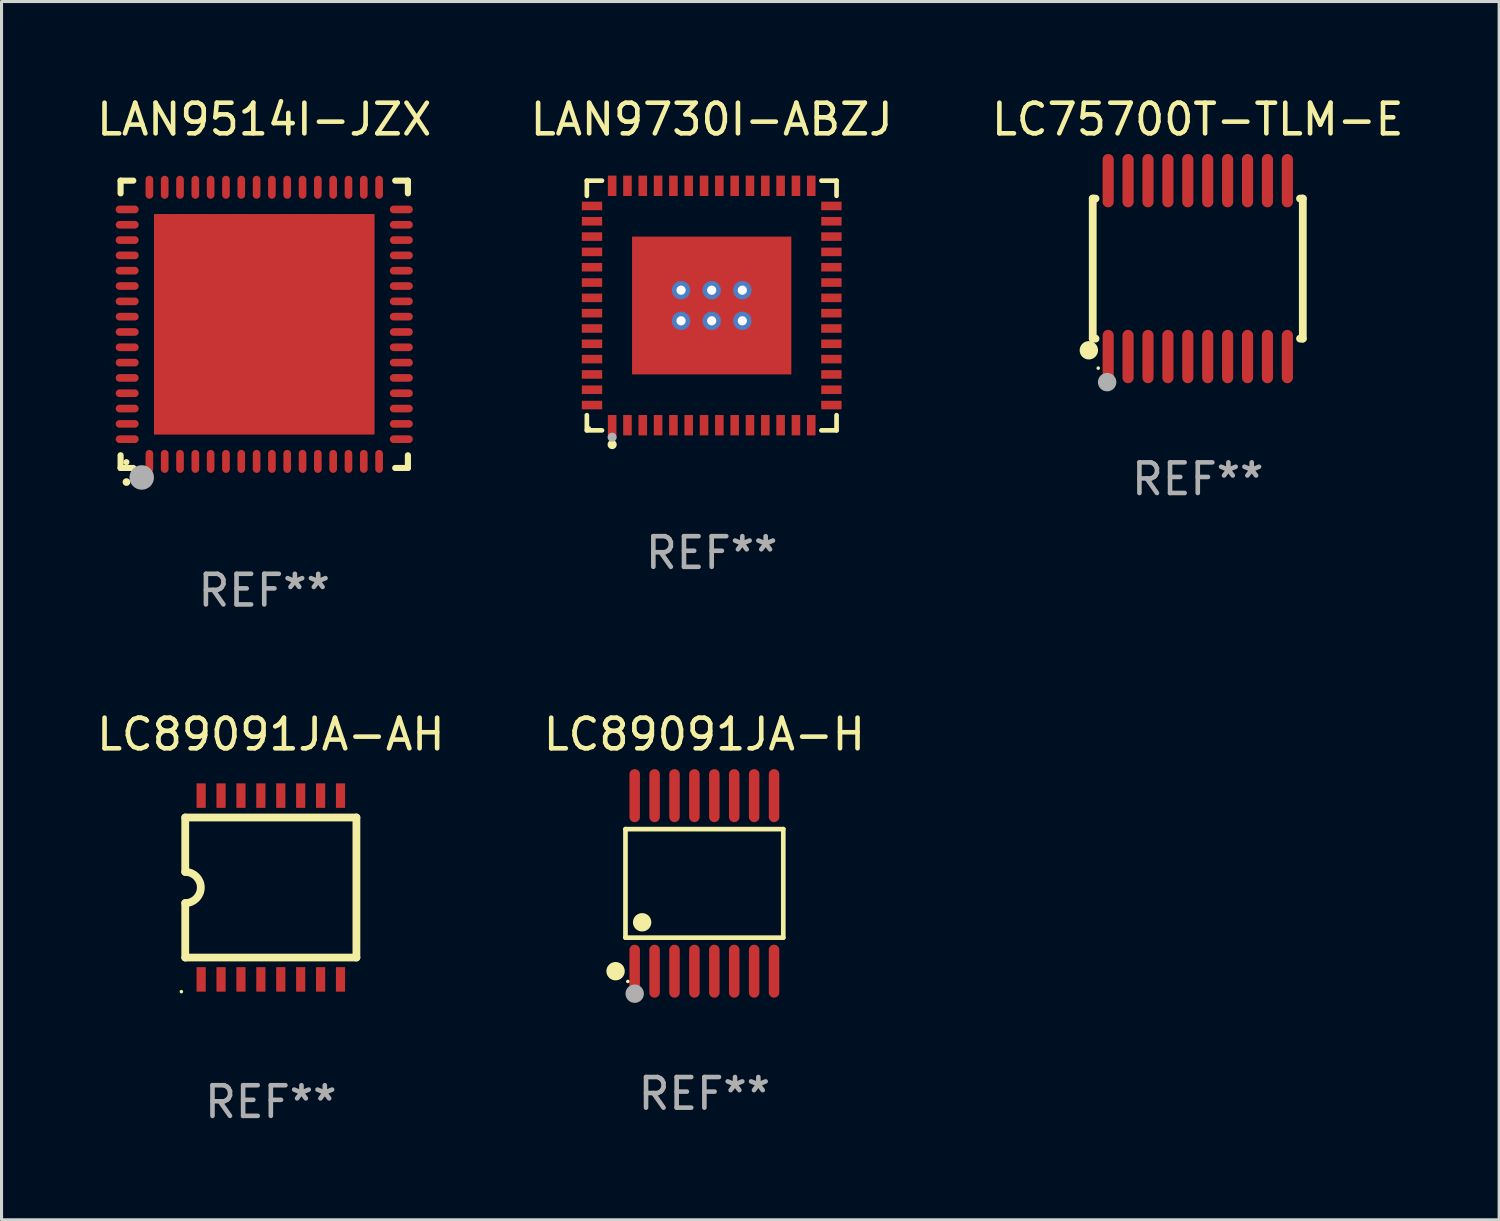
<source format=kicad_pcb>
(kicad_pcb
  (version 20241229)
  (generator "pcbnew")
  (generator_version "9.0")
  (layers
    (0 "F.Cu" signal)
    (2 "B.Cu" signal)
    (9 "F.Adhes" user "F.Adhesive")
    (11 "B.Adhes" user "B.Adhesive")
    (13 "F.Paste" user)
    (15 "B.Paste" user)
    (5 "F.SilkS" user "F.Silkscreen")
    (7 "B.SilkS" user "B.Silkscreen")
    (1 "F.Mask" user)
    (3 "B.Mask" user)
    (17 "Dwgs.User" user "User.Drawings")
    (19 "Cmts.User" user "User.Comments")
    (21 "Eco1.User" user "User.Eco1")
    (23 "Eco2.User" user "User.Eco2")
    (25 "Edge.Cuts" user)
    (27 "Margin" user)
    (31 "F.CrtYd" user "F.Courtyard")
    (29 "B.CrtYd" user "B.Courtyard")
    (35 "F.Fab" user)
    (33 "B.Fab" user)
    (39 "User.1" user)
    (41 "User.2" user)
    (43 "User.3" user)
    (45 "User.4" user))
  (footprint "LC89091JA-H"
    (layer "F.Cu")
    (at 19.946 25.791)
    (property "Reference" "LC89091JA-H" (at 0 -4.866 0) (layer "F.SilkS") (effects (font (size 1 1) (thickness 0.15))))
    (attr through_hole)
    (fp_line (start -2.576 -1.772) (end 2.576 -1.772) (stroke (width 0.152) (type solid)) (layer "F.SilkS"))
    (fp_line (start -2.576 1.771) (end -2.576 -1.772) (stroke (width 0.152) (type solid)) (layer "F.SilkS"))
    (fp_line (start 2.576 -1.772) (end 2.576 1.771) (stroke (width 0.152) (type solid)) (layer "F.SilkS"))
    (fp_line (start 2.576 1.771) (end -2.576 1.771) (stroke (width 0.152) (type solid)) (layer "F.SilkS"))
    (fp_circle (center -2.899 2.866) (end -2.749 2.866) (stroke (width 0.3) (type solid)) (fill no) (layer "F.SilkS"))
    (fp_circle (center -2.5 3.2) (end -2.47 3.2) (stroke (width 0.06) (type solid)) (fill no) (layer "F.SilkS"))
    (fp_circle (center -2.032 1.27) (end -1.882 1.27) (stroke (width 0.3) (type solid)) (fill no) (layer "F.SilkS"))
    (fp_circle (center -2.275 3.6) (end -2.125 3.6) (stroke (width 0.3) (type solid)) (fill no) (layer "F.Fab"))
    (fp_text user "REF**" (at 0 6.866 0) (layer "F.Fab") (effects (font (size 1 1) (thickness 0.15))))
    (pad "1" smd oval (at -2.275 2.866) (size 0.343 1.731) (layers "F.Cu" "F.Mask" "F.Paste"))
    (pad "2" smd oval (at -1.625 2.866) (size 0.343 1.731) (layers "F.Cu" "F.Mask" "F.Paste"))
    (pad "3" smd oval (at -0.975 2.866) (size 0.343 1.731) (layers "F.Cu" "F.Mask" "F.Paste"))
    (pad "4" smd oval (at -0.325 2.866) (size 0.343 1.731) (layers "F.Cu" "F.Mask" "F.Paste"))
    (pad "5" smd oval (at 0.325 2.866) (size 0.343 1.731) (layers "F.Cu" "F.Mask" "F.Paste"))
    (pad "6" smd oval (at 0.975 2.866) (size 0.343 1.731) (layers "F.Cu" "F.Mask" "F.Paste"))
    (pad "7" smd oval (at 1.625 2.866) (size 0.343 1.731) (layers "F.Cu" "F.Mask" "F.Paste"))
    (pad "8" smd oval (at 2.275 2.866) (size 0.343 1.731) (layers "F.Cu" "F.Mask" "F.Paste"))
    (pad "9" smd oval (at 2.275 -2.866) (size 0.343 1.731) (layers "F.Cu" "F.Mask" "F.Paste"))
    (pad "10" smd oval (at 1.625 -2.866) (size 0.343 1.731) (layers "F.Cu" "F.Mask" "F.Paste"))
    (pad "11" smd oval (at 0.975 -2.866) (size 0.343 1.731) (layers "F.Cu" "F.Mask" "F.Paste"))
    (pad "12" smd oval (at 0.325 -2.866) (size 0.343 1.731) (layers "F.Cu" "F.Mask" "F.Paste"))
    (pad "13" smd oval (at -0.325 -2.866) (size 0.343 1.731) (layers "F.Cu" "F.Mask" "F.Paste"))
    (pad "14" smd oval (at -0.975 -2.866) (size 0.343 1.731) (layers "F.Cu" "F.Mask" "F.Paste"))
    (pad "15" smd oval (at -1.625 -2.866) (size 0.343 1.731) (layers "F.Cu" "F.Mask" "F.Paste"))
    (pad "16" smd oval (at -2.275 -2.866) (size 0.343 1.731) (layers "F.Cu" "F.Mask" "F.Paste")))
  (footprint "LAN9730I-ABZJ"
    (layer "F.Cu")
    (at 20.185 6.924)
    (property "Reference" "LAN9730I-ABZJ" (at 0 -6.076 0) (layer "F.SilkS") (effects (font (size 1 1) (thickness 0.15))))
    (attr through_hole)
    (fp_line (start -4.076 -4.076) (end -3.581 -4.076) (stroke (width 0.152) (type solid)) (layer "F.SilkS"))
    (fp_line (start -4.076 -3.581) (end -4.076 -4.076) (stroke (width 0.152) (type solid)) (layer "F.SilkS"))
    (fp_line (start -4.076 3.581) (end -4.076 4.076) (stroke (width 0.152) (type solid)) (layer "F.SilkS"))
    (fp_line (start -4.076 4.076) (end -3.581 4.076) (stroke (width 0.152) (type solid)) (layer "F.SilkS"))
    (fp_line (start 4.076 -4.076) (end 3.581 -4.076) (stroke (width 0.152) (type solid)) (layer "F.SilkS"))
    (fp_line (start 4.076 -3.581) (end 4.076 -4.076) (stroke (width 0.152) (type solid)) (layer "F.SilkS"))
    (fp_line (start 4.076 3.581) (end 4.076 4.076) (stroke (width 0.152) (type solid)) (layer "F.SilkS"))
    (fp_line (start 4.076 4.076) (end 3.581 4.076) (stroke (width 0.152) (type solid)) (layer "F.SilkS"))
    (fp_circle (center -4 4) (end -3.97 4) (stroke (width 0.06) (type solid)) (fill no) (layer "F.SilkS"))
    (fp_circle (center -3.25 4.54) (end -3.175 4.54) (stroke (width 0.15) (type solid)) (fill no) (layer "F.SilkS"))
    (fp_circle (center -3.25 4.3) (end -3.175 4.3) (stroke (width 0.15) (type solid)) (fill no) (layer "F.Fab"))
    (fp_text user "REF**" (at 0 8.076 0) (layer "F.Fab") (effects (font (size 1 1) (thickness 0.15))))
    (pad "1" smd rect (at -3.25 3.908) (size 0.28 0.665) (layers "F.Cu" "F.Mask" "F.Paste"))
    (pad "2" smd rect (at -2.75 3.908) (size 0.28 0.665) (layers "F.Cu" "F.Mask" "F.Paste"))
    (pad "3" smd rect (at -2.25 3.908) (size 0.28 0.665) (layers "F.Cu" "F.Mask" "F.Paste"))
    (pad "4" smd rect (at -1.75 3.908) (size 0.28 0.665) (layers "F.Cu" "F.Mask" "F.Paste"))
    (pad "5" smd rect (at -1.25 3.908) (size 0.28 0.665) (layers "F.Cu" "F.Mask" "F.Paste"))
    (pad "6" smd rect (at -0.75 3.908) (size 0.28 0.665) (layers "F.Cu" "F.Mask" "F.Paste"))
    (pad "7" smd rect (at -0.25 3.908) (size 0.28 0.665) (layers "F.Cu" "F.Mask" "F.Paste"))
    (pad "8" smd rect (at 0.25 3.908) (size 0.28 0.665) (layers "F.Cu" "F.Mask" "F.Paste"))
    (pad "9" smd rect (at 0.75 3.908) (size 0.28 0.665) (layers "F.Cu" "F.Mask" "F.Paste"))
    (pad "10" smd rect (at 1.25 3.908) (size 0.28 0.665) (layers "F.Cu" "F.Mask" "F.Paste"))
    (pad "11" smd rect (at 1.75 3.908) (size 0.28 0.665) (layers "F.Cu" "F.Mask" "F.Paste"))
    (pad "12" smd rect (at 2.25 3.908) (size 0.28 0.665) (layers "F.Cu" "F.Mask" "F.Paste"))
    (pad "13" smd rect (at 2.75 3.908) (size 0.28 0.665) (layers "F.Cu" "F.Mask" "F.Paste"))
    (pad "14" smd rect (at 3.25 3.908) (size 0.28 0.665) (layers "F.Cu" "F.Mask" "F.Paste"))
    (pad "15" smd rect (at 3.908 3.25) (size 0.665 0.28) (layers "F.Cu" "F.Mask" "F.Paste"))
    (pad "16" smd rect (at 3.908 2.75) (size 0.665 0.28) (layers "F.Cu" "F.Mask" "F.Paste"))
    (pad "17" smd rect (at 3.908 2.25) (size 0.665 0.28) (layers "F.Cu" "F.Mask" "F.Paste"))
    (pad "18" smd rect (at 3.908 1.75) (size 0.665 0.28) (layers "F.Cu" "F.Mask" "F.Paste"))
    (pad "19" smd rect (at 3.908 1.25) (size 0.665 0.28) (layers "F.Cu" "F.Mask" "F.Paste"))
    (pad "20" smd rect (at 3.908 0.75) (size 0.665 0.28) (layers "F.Cu" "F.Mask" "F.Paste"))
    (pad "21" smd rect (at 3.908 0.25) (size 0.665 0.28) (layers "F.Cu" "F.Mask" "F.Paste"))
    (pad "22" smd rect (at 3.908 -0.25) (size 0.665 0.28) (layers "F.Cu" "F.Mask" "F.Paste"))
    (pad "23" smd rect (at 3.908 -0.75) (size 0.665 0.28) (layers "F.Cu" "F.Mask" "F.Paste"))
    (pad "24" smd rect (at 3.908 -1.25) (size 0.665 0.28) (layers "F.Cu" "F.Mask" "F.Paste"))
    (pad "25" smd rect (at 3.908 -1.75) (size 0.665 0.28) (layers "F.Cu" "F.Mask" "F.Paste"))
    (pad "26" smd rect (at 3.908 -2.25) (size 0.665 0.28) (layers "F.Cu" "F.Mask" "F.Paste"))
    (pad "27" smd rect (at 3.908 -2.75) (size 0.665 0.28) (layers "F.Cu" "F.Mask" "F.Paste"))
    (pad "28" smd rect (at 3.908 -3.25) (size 0.665 0.28) (layers "F.Cu" "F.Mask" "F.Paste"))
    (pad "29" smd rect (at 3.25 -3.908) (size 0.28 0.665) (layers "F.Cu" "F.Mask" "F.Paste"))
    (pad "30" smd rect (at 2.75 -3.908) (size 0.28 0.665) (layers "F.Cu" "F.Mask" "F.Paste"))
    (pad "31" smd rect (at 2.25 -3.908) (size 0.28 0.665) (layers "F.Cu" "F.Mask" "F.Paste"))
    (pad "32" smd rect (at 1.75 -3.908) (size 0.28 0.665) (layers "F.Cu" "F.Mask" "F.Paste"))
    (pad "33" smd rect (at 1.25 -3.908) (size 0.28 0.665) (layers "F.Cu" "F.Mask" "F.Paste"))
    (pad "34" smd rect (at 0.75 -3.908) (size 0.28 0.665) (layers "F.Cu" "F.Mask" "F.Paste"))
    (pad "35" smd rect (at 0.25 -3.908) (size 0.28 0.665) (layers "F.Cu" "F.Mask" "F.Paste"))
    (pad "36" smd rect (at -0.25 -3.908) (size 0.28 0.665) (layers "F.Cu" "F.Mask" "F.Paste"))
    (pad "37" smd rect (at -0.75 -3.908) (size 0.28 0.665) (layers "F.Cu" "F.Mask" "F.Paste"))
    (pad "38" smd rect (at -1.25 -3.908) (size 0.28 0.665) (layers "F.Cu" "F.Mask" "F.Paste"))
    (pad "39" smd rect (at -1.75 -3.908) (size 0.28 0.665) (layers "F.Cu" "F.Mask" "F.Paste"))
    (pad "40" smd rect (at -2.25 -3.908) (size 0.28 0.665) (layers "F.Cu" "F.Mask" "F.Paste"))
    (pad "41" smd rect (at -2.75 -3.908) (size 0.28 0.665) (layers "F.Cu" "F.Mask" "F.Paste"))
    (pad "42" smd rect (at -3.25 -3.908) (size 0.28 0.665) (layers "F.Cu" "F.Mask" "F.Paste"))
    (pad "43" smd rect (at -3.908 -3.25) (size 0.665 0.28) (layers "F.Cu" "F.Mask" "F.Paste"))
    (pad "44" smd rect (at -3.908 -2.75) (size 0.665 0.28) (layers "F.Cu" "F.Mask" "F.Paste"))
    (pad "45" smd rect (at -3.908 -2.25) (size 0.665 0.28) (layers "F.Cu" "F.Mask" "F.Paste"))
    (pad "46" smd rect (at -3.908 -1.75) (size 0.665 0.28) (layers "F.Cu" "F.Mask" "F.Paste"))
    (pad "47" smd rect (at -3.908 -1.25) (size 0.665 0.28) (layers "F.Cu" "F.Mask" "F.Paste"))
    (pad "48" smd rect (at -3.908 -0.75) (size 0.665 0.28) (layers "F.Cu" "F.Mask" "F.Paste"))
    (pad "49" smd rect (at -3.908 -0.25) (size 0.665 0.28) (layers "F.Cu" "F.Mask" "F.Paste"))
    (pad "50" smd rect (at -3.908 0.25) (size 0.665 0.28) (layers "F.Cu" "F.Mask" "F.Paste"))
    (pad "51" smd rect (at -3.908 0.75) (size 0.665 0.28) (layers "F.Cu" "F.Mask" "F.Paste"))
    (pad "52" smd rect (at -3.908 1.25) (size 0.665 0.28) (layers "F.Cu" "F.Mask" "F.Paste"))
    (pad "53" smd rect (at -3.908 1.75) (size 0.665 0.28) (layers "F.Cu" "F.Mask" "F.Paste"))
    (pad "54" smd rect (at -3.908 2.25) (size 0.665 0.28) (layers "F.Cu" "F.Mask" "F.Paste"))
    (pad "55" smd rect (at -3.908 2.75) (size 0.665 0.28) (layers "F.Cu" "F.Mask" "F.Paste"))
    (pad "56" smd rect (at -3.908 3.25) (size 0.665 0.28) (layers "F.Cu" "F.Mask" "F.Paste"))
    (pad "57" thru_hole circle (at -1 -0.5) (size 0.6 0.6) (drill 0.3) (layers "*.Cu" "*.Mask"))
    (pad "57" thru_hole circle (at -1 0.5) (size 0.6 0.6) (drill 0.3) (layers "*.Cu" "*.Mask"))
    (pad "57" thru_hole circle (at 0 -0.5) (size 0.6 0.6) (drill 0.3) (layers "*.Cu" "*.Mask"))
    (pad "57" smd rect (at 0 0) (size 5.2 4.5) (layers "F.Cu" "F.Mask" "F.Paste"))
    (pad "57" thru_hole circle (at 0 0.5) (size 0.6 0.6) (drill 0.3) (layers "*.Cu" "*.Mask"))
    (pad "57" thru_hole circle (at 1 -0.5) (size 0.6 0.6) (drill 0.3) (layers "*.Cu" "*.Mask"))
    (pad "57" thru_hole circle (at 1 0.5) (size 0.6 0.6) (drill 0.3) (layers "*.Cu" "*.Mask")))
  (footprint "LC89091JA-AH"
    (layer "F.Cu")
    (at 5.792 25.925)
    (property "Reference" "LC89091JA-AH" (at 0 -5 0) (layer "F.SilkS") (effects (font (size 1 1) (thickness 0.15))))
    (attr through_hole)
    (fp_line (start -2.794 -2.286) (end -2.794 -0.508) (stroke (width 0.254) (type solid)) (layer "F.SilkS"))
    (fp_line (start -2.794 -2.286) (end 2.794 -2.286) (stroke (width 0.254) (type solid)) (layer "F.SilkS"))
    (fp_line (start -2.794 0.508) (end -2.794 2.286) (stroke (width 0.254) (type solid)) (layer "F.SilkS"))
    (fp_line (start -2.794 2.286) (end 2.794 2.286) (stroke (width 0.254) (type solid)) (layer "F.SilkS"))
    (fp_line (start 2.794 2.286) (end 2.794 -2.286) (stroke (width 0.254) (type solid)) (layer "F.SilkS"))
    (fp_arc (start -2.794006 -0.508001) (mid -2.286005 0) (end -2.794006 0.508001) (stroke (width 0.254001) (type solid)) (layer "F.SilkS"))
    (fp_circle (center -2.921 3.4) (end -2.891 3.4) (stroke (width 0.06) (type solid)) (fill no) (layer "F.SilkS"))
    (fp_text user "REF**" (at 0 7 0) (layer "F.Fab") (effects (font (size 1 1) (thickness 0.15))))
    (pad "1" smd rect (at -2.275 3) (size 0.3 0.8) (layers "F.Cu" "F.Mask" "F.Paste"))
    (pad "2" smd rect (at -1.625 3) (size 0.3 0.8) (layers "F.Cu" "F.Mask" "F.Paste"))
    (pad "3" smd rect (at -0.975 3) (size 0.3 0.8) (layers "F.Cu" "F.Mask" "F.Paste"))
    (pad "4" smd rect (at -0.325 3) (size 0.3 0.8) (layers "F.Cu" "F.Mask" "F.Paste"))
    (pad "5" smd rect (at 0.325 3) (size 0.3 0.8) (layers "F.Cu" "F.Mask" "F.Paste"))
    (pad "6" smd rect (at 0.975 3) (size 0.3 0.8) (layers "F.Cu" "F.Mask" "F.Paste"))
    (pad "7" smd rect (at 1.625 3) (size 0.3 0.8) (layers "F.Cu" "F.Mask" "F.Paste"))
    (pad "8" smd rect (at 2.275 3) (size 0.3 0.8) (layers "F.Cu" "F.Mask" "F.Paste"))
    (pad "9" smd rect (at 2.275 -3) (size 0.3 0.8) (layers "F.Cu" "F.Mask" "F.Paste"))
    (pad "10" smd rect (at 1.625 -3) (size 0.3 0.8) (layers "F.Cu" "F.Mask" "F.Paste"))
    (pad "11" smd rect (at 0.975 -3) (size 0.3 0.8) (layers "F.Cu" "F.Mask" "F.Paste"))
    (pad "12" smd rect (at 0.325 -3) (size 0.3 0.8) (layers "F.Cu" "F.Mask" "F.Paste"))
    (pad "13" smd rect (at -0.325 -3) (size 0.3 0.8) (layers "F.Cu" "F.Mask" "F.Paste"))
    (pad "14" smd rect (at -0.975 -3) (size 0.3 0.8) (layers "F.Cu" "F.Mask" "F.Paste"))
    (pad "15" smd rect (at -1.625 -3) (size 0.3 0.8) (layers "F.Cu" "F.Mask" "F.Paste"))
    (pad "16" smd rect (at -2.275 -3) (size 0.3 0.8) (layers "F.Cu" "F.Mask" "F.Paste")))
  (footprint "LC75700T-TLM-E"
    (layer "F.Cu")
    (at 36.054 5.719)
    (property "Reference" "LC75700T-TLM-E" (at 0 -4.871 0) (layer "F.SilkS") (effects (font (size 1 1) (thickness 0.15))))
    (attr through_hole)
    (fp_line (start -3.429 -2.286) (end -3.429 2.286) (stroke (width 0.254) (type solid)) (layer "F.SilkS"))
    (fp_line (start -3.429 2.286) (end -3.338 2.286) (stroke (width 0.254) (type solid)) (layer "F.SilkS"))
    (fp_line (start -3.338 -2.286) (end -3.429 -2.286) (stroke (width 0.254) (type solid)) (layer "F.SilkS"))
    (fp_line (start 3.338 -2.286) (end 3.429 -2.286) (stroke (width 0.254) (type solid)) (layer "F.SilkS"))
    (fp_line (start 3.429 -2.286) (end 3.429 2.286) (stroke (width 0.254) (type solid)) (layer "F.SilkS"))
    (fp_line (start 3.429 2.286) (end 3.338 2.286) (stroke (width 0.254) (type solid)) (layer "F.SilkS"))
    (fp_circle (center -3.556 2.667) (end -3.406 2.667) (stroke (width 0.3) (type solid)) (fill no) (layer "F.SilkS"))
    (fp_circle (center -3.25 3.25) (end -3.22 3.25) (stroke (width 0.06) (type solid)) (fill no) (layer "F.SilkS"))
    (fp_circle (center -2.959 3.707) (end -2.808 3.707) (stroke (width 0.3) (type solid)) (fill no) (layer "F.Fab"))
    (fp_text user "REF**" (at 0 6.871 0) (layer "F.Fab") (effects (font (size 1 1) (thickness 0.15))))
    (pad "1" smd oval (at -2.925 2.871) (size 0.364 1.742) (layers "F.Cu" "F.Mask" "F.Paste"))
    (pad "2" smd oval (at -2.275 2.871) (size 0.364 1.742) (layers "F.Cu" "F.Mask" "F.Paste"))
    (pad "3" smd oval (at -1.625 2.871) (size 0.364 1.742) (layers "F.Cu" "F.Mask" "F.Paste"))
    (pad "4" smd oval (at -0.975 2.871) (size 0.364 1.742) (layers "F.Cu" "F.Mask" "F.Paste"))
    (pad "5" smd oval (at -0.325 2.871) (size 0.364 1.742) (layers "F.Cu" "F.Mask" "F.Paste"))
    (pad "6" smd oval (at 0.325 2.871) (size 0.364 1.742) (layers "F.Cu" "F.Mask" "F.Paste"))
    (pad "7" smd oval (at 0.975 2.871) (size 0.364 1.742) (layers "F.Cu" "F.Mask" "F.Paste"))
    (pad "8" smd oval (at 1.625 2.871) (size 0.364 1.742) (layers "F.Cu" "F.Mask" "F.Paste"))
    (pad "9" smd oval (at 2.275 2.871) (size 0.364 1.742) (layers "F.Cu" "F.Mask" "F.Paste"))
    (pad "10" smd oval (at 2.925 2.871) (size 0.364 1.742) (layers "F.Cu" "F.Mask" "F.Paste"))
    (pad "11" smd oval (at 2.925 -2.871) (size 0.364 1.742) (layers "F.Cu" "F.Mask" "F.Paste"))
    (pad "12" smd oval (at 2.275 -2.871) (size 0.364 1.742) (layers "F.Cu" "F.Mask" "F.Paste"))
    (pad "13" smd oval (at 1.625 -2.871) (size 0.364 1.742) (layers "F.Cu" "F.Mask" "F.Paste"))
    (pad "14" smd oval (at 0.975 -2.871) (size 0.364 1.742) (layers "F.Cu" "F.Mask" "F.Paste"))
    (pad "15" smd oval (at 0.325 -2.871) (size 0.364 1.742) (layers "F.Cu" "F.Mask" "F.Paste"))
    (pad "16" smd oval (at -0.325 -2.871) (size 0.364 1.742) (layers "F.Cu" "F.Mask" "F.Paste"))
    (pad "17" smd oval (at -0.975 -2.871) (size 0.364 1.742) (layers "F.Cu" "F.Mask" "F.Paste"))
    (pad "18" smd oval (at -1.625 -2.871) (size 0.364 1.742) (layers "F.Cu" "F.Mask" "F.Paste"))
    (pad "19" smd oval (at -2.275 -2.871) (size 0.364 1.742) (layers "F.Cu" "F.Mask" "F.Paste"))
    (pad "20" smd oval (at -2.925 -2.871) (size 0.364 1.742) (layers "F.Cu" "F.Mask" "F.Paste")))
  (footprint "LAN9514I-JZX"
    (layer "F.Cu")
    (at 5.577 7.538)
    (property "Reference" "LAN9514I-JZX" (at 0 -6.69 0) (layer "F.SilkS") (effects (font (size 1 1) (thickness 0.15))))
    (attr through_hole)
    (fp_line (start -4.69 -4.69) (end -4.275 -4.69) (stroke (width 0.2) (type solid)) (layer "F.SilkS"))
    (fp_line (start -4.69 -4.275) (end -4.69 -4.69) (stroke (width 0.2) (type solid)) (layer "F.SilkS"))
    (fp_line (start -4.69 4.69) (end -4.69 4.275) (stroke (width 0.2) (type solid)) (layer "F.SilkS"))
    (fp_line (start -4.275 4.69) (end -4.69 4.69) (stroke (width 0.2) (type solid)) (layer "F.SilkS"))
    (fp_line (start 4.275 4.69) (end 4.69 4.69) (stroke (width 0.2) (type solid)) (layer "F.SilkS"))
    (fp_line (start 4.69 -4.69) (end 4.275 -4.69) (stroke (width 0.2) (type solid)) (layer "F.SilkS"))
    (fp_line (start 4.69 -4.275) (end 4.69 -4.69) (stroke (width 0.2) (type solid)) (layer "F.SilkS"))
    (fp_line (start 4.69 4.69) (end 4.69 4.275) (stroke (width 0.2) (type solid)) (layer "F.SilkS"))
    (fp_arc (start -4.499886 5.15) (mid -4.498616 5.149994) (end -4.497346 5.15) (stroke (width 0.24892) (type solid)) (layer "F.SilkS"))
    (fp_circle (center -4.5 4.5) (end -4.45 4.5) (stroke (width 0.1) (type solid)) (fill no) (layer "F.SilkS"))
    (fp_circle (center -4 5) (end -3.8 5) (stroke (width 0.4) (type solid)) (fill no) (layer "F.Fab"))
    (fp_text user "REF**" (at 0 8.69 0) (layer "F.Fab") (effects (font (size 1 1) (thickness 0.15))))
    (pad "1" smd oval (at -3.75 4.475) (size 0.25 0.75) (layers "F.Cu" "F.Mask" "F.Paste"))
    (pad "2" smd oval (at -3.25 4.475) (size 0.25 0.75) (layers "F.Cu" "F.Mask" "F.Paste"))
    (pad "3" smd oval (at -2.75 4.475) (size 0.25 0.75) (layers "F.Cu" "F.Mask" "F.Paste"))
    (pad "4" smd oval (at -2.25 4.475) (size 0.25 0.75) (layers "F.Cu" "F.Mask" "F.Paste"))
    (pad "5" smd oval (at -1.75 4.475) (size 0.25 0.75) (layers "F.Cu" "F.Mask" "F.Paste"))
    (pad "6" smd oval (at -1.25 4.475) (size 0.25 0.75) (layers "F.Cu" "F.Mask" "F.Paste"))
    (pad "7" smd oval (at -0.75 4.475) (size 0.25 0.75) (layers "F.Cu" "F.Mask" "F.Paste"))
    (pad "8" smd oval (at -0.25 4.475) (size 0.25 0.75) (layers "F.Cu" "F.Mask" "F.Paste"))
    (pad "9" smd oval (at 0.25 4.475) (size 0.25 0.75) (layers "F.Cu" "F.Mask" "F.Paste"))
    (pad "10" smd oval (at 0.75 4.475) (size 0.25 0.75) (layers "F.Cu" "F.Mask" "F.Paste"))
    (pad "11" smd oval (at 1.25 4.475) (size 0.25 0.75) (layers "F.Cu" "F.Mask" "F.Paste"))
    (pad "12" smd oval (at 1.75 4.475) (size 0.25 0.75) (layers "F.Cu" "F.Mask" "F.Paste"))
    (pad "13" smd oval (at 2.25 4.475) (size 0.25 0.75) (layers "F.Cu" "F.Mask" "F.Paste"))
    (pad "14" smd oval (at 2.75 4.475) (size 0.25 0.75) (layers "F.Cu" "F.Mask" "F.Paste"))
    (pad "15" smd oval (at 3.25 4.475) (size 0.25 0.75) (layers "F.Cu" "F.Mask" "F.Paste"))
    (pad "16" smd oval (at 3.75 4.475) (size 0.25 0.75) (layers "F.Cu" "F.Mask" "F.Paste"))
    (pad "17" smd oval (at 4.475 3.75) (size 0.75 0.25) (layers "F.Cu" "F.Mask" "F.Paste"))
    (pad "18" smd oval (at 4.475 3.25) (size 0.75 0.25) (layers "F.Cu" "F.Mask" "F.Paste"))
    (pad "19" smd oval (at 4.475 2.75) (size 0.75 0.25) (layers "F.Cu" "F.Mask" "F.Paste"))
    (pad "20" smd oval (at 4.475 2.25) (size 0.75 0.25) (layers "F.Cu" "F.Mask" "F.Paste"))
    (pad "21" smd oval (at 4.475 1.75) (size 0.75 0.25) (layers "F.Cu" "F.Mask" "F.Paste"))
    (pad "22" smd oval (at 4.475 1.25) (size 0.75 0.25) (layers "F.Cu" "F.Mask" "F.Paste"))
    (pad "23" smd oval (at 4.475 0.75) (size 0.75 0.25) (layers "F.Cu" "F.Mask" "F.Paste"))
    (pad "24" smd oval (at 4.475 0.25) (size 0.75 0.25) (layers "F.Cu" "F.Mask" "F.Paste"))
    (pad "25" smd oval (at 4.475 -0.25) (size 0.75 0.25) (layers "F.Cu" "F.Mask" "F.Paste"))
    (pad "26" smd oval (at 4.475 -0.75) (size 0.75 0.25) (layers "F.Cu" "F.Mask" "F.Paste"))
    (pad "27" smd oval (at 4.475 -1.25) (size 0.75 0.25) (layers "F.Cu" "F.Mask" "F.Paste"))
    (pad "28" smd oval (at 4.475 -1.75) (size 0.75 0.25) (layers "F.Cu" "F.Mask" "F.Paste"))
    (pad "29" smd oval (at 4.475 -2.25) (size 0.75 0.25) (layers "F.Cu" "F.Mask" "F.Paste"))
    (pad "30" smd oval (at 4.475 -2.75) (size 0.75 0.25) (layers "F.Cu" "F.Mask" "F.Paste"))
    (pad "31" smd oval (at 4.475 -3.25) (size 0.75 0.25) (layers "F.Cu" "F.Mask" "F.Paste"))
    (pad "32" smd oval (at 4.475 -3.75) (size 0.75 0.25) (layers "F.Cu" "F.Mask" "F.Paste"))
    (pad "33" smd oval (at 3.75 -4.475) (size 0.25 0.75) (layers "F.Cu" "F.Mask" "F.Paste"))
    (pad "34" smd oval (at 3.25 -4.475) (size 0.25 0.75) (layers "F.Cu" "F.Mask" "F.Paste"))
    (pad "35" smd oval (at 2.75 -4.475) (size 0.25 0.75) (layers "F.Cu" "F.Mask" "F.Paste"))
    (pad "36" smd oval (at 2.25 -4.475) (size 0.25 0.75) (layers "F.Cu" "F.Mask" "F.Paste"))
    (pad "37" smd oval (at 1.75 -4.475) (size 0.25 0.75) (layers "F.Cu" "F.Mask" "F.Paste"))
    (pad "38" smd oval (at 1.25 -4.475) (size 0.25 0.75) (layers "F.Cu" "F.Mask" "F.Paste"))
    (pad "39" smd oval (at 0.75 -4.475) (size 0.25 0.75) (layers "F.Cu" "F.Mask" "F.Paste"))
    (pad "40" smd oval (at 0.25 -4.475) (size 0.25 0.75) (layers "F.Cu" "F.Mask" "F.Paste"))
    (pad "41" smd oval (at -0.25 -4.475) (size 0.25 0.75) (layers "F.Cu" "F.Mask" "F.Paste"))
    (pad "42" smd oval (at -0.75 -4.475) (size 0.25 0.75) (layers "F.Cu" "F.Mask" "F.Paste"))
    (pad "43" smd oval (at -1.25 -4.475) (size 0.25 0.75) (layers "F.Cu" "F.Mask" "F.Paste"))
    (pad "44" smd oval (at -1.75 -4.475) (size 0.25 0.75) (layers "F.Cu" "F.Mask" "F.Paste"))
    (pad "45" smd oval (at -2.25 -4.475) (size 0.25 0.75) (layers "F.Cu" "F.Mask" "F.Paste"))
    (pad "46" smd oval (at -2.75 -4.475) (size 0.25 0.75) (layers "F.Cu" "F.Mask" "F.Paste"))
    (pad "47" smd oval (at -3.25 -4.475) (size 0.25 0.75) (layers "F.Cu" "F.Mask" "F.Paste"))
    (pad "48" smd oval (at -3.75 -4.475) (size 0.25 0.75) (layers "F.Cu" "F.Mask" "F.Paste"))
    (pad "49" smd oval (at -4.475 -3.75) (size 0.75 0.25) (layers "F.Cu" "F.Mask" "F.Paste"))
    (pad "50" smd oval (at -4.475 -3.25) (size 0.75 0.25) (layers "F.Cu" "F.Mask" "F.Paste"))
    (pad "51" smd oval (at -4.475 -2.75) (size 0.75 0.25) (layers "F.Cu" "F.Mask" "F.Paste"))
    (pad "52" smd oval (at -4.475 -2.25) (size 0.75 0.25) (layers "F.Cu" "F.Mask" "F.Paste"))
    (pad "53" smd oval (at -4.475 -1.75) (size 0.75 0.25) (layers "F.Cu" "F.Mask" "F.Paste"))
    (pad "54" smd oval (at -4.475 -1.25) (size 0.75 0.25) (layers "F.Cu" "F.Mask" "F.Paste"))
    (pad "55" smd oval (at -4.475 -0.75) (size 0.75 0.25) (layers "F.Cu" "F.Mask" "F.Paste"))
    (pad "56" smd oval (at -4.475 -0.25) (size 0.75 0.25) (layers "F.Cu" "F.Mask" "F.Paste"))
    (pad "57" smd oval (at -4.475 0.25) (size 0.75 0.25) (layers "F.Cu" "F.Mask" "F.Paste"))
    (pad "58" smd oval (at -4.475 0.75) (size 0.75 0.25) (layers "F.Cu" "F.Mask" "F.Paste"))
    (pad "59" smd oval (at -4.475 1.25) (size 0.75 0.25) (layers "F.Cu" "F.Mask" "F.Paste"))
    (pad "60" smd oval (at -4.475 1.75) (size 0.75 0.25) (layers "F.Cu" "F.Mask" "F.Paste"))
    (pad "61" smd oval (at -4.475 2.25) (size 0.75 0.25) (layers "F.Cu" "F.Mask" "F.Paste"))
    (pad "62" smd oval (at -4.475 2.75) (size 0.75 0.25) (layers "F.Cu" "F.Mask" "F.Paste"))
    (pad "63" smd oval (at -4.475 3.25) (size 0.75 0.25) (layers "F.Cu" "F.Mask" "F.Paste"))
    (pad "64" smd oval (at -4.475 3.75) (size 0.75 0.25) (layers "F.Cu" "F.Mask" "F.Paste"))
    (pad "65" smd rect (at 0.000368 0.000013) (size 7.2 7.2) (layers "F.Cu" "F.Mask" "F.Paste")))
  (gr_rect
    (start -3 -3)
    (end 45.893 36.773)
    (stroke (width 0.1) (type default))
    (fill no)
    (layer "Edge.Cuts")))
</source>
